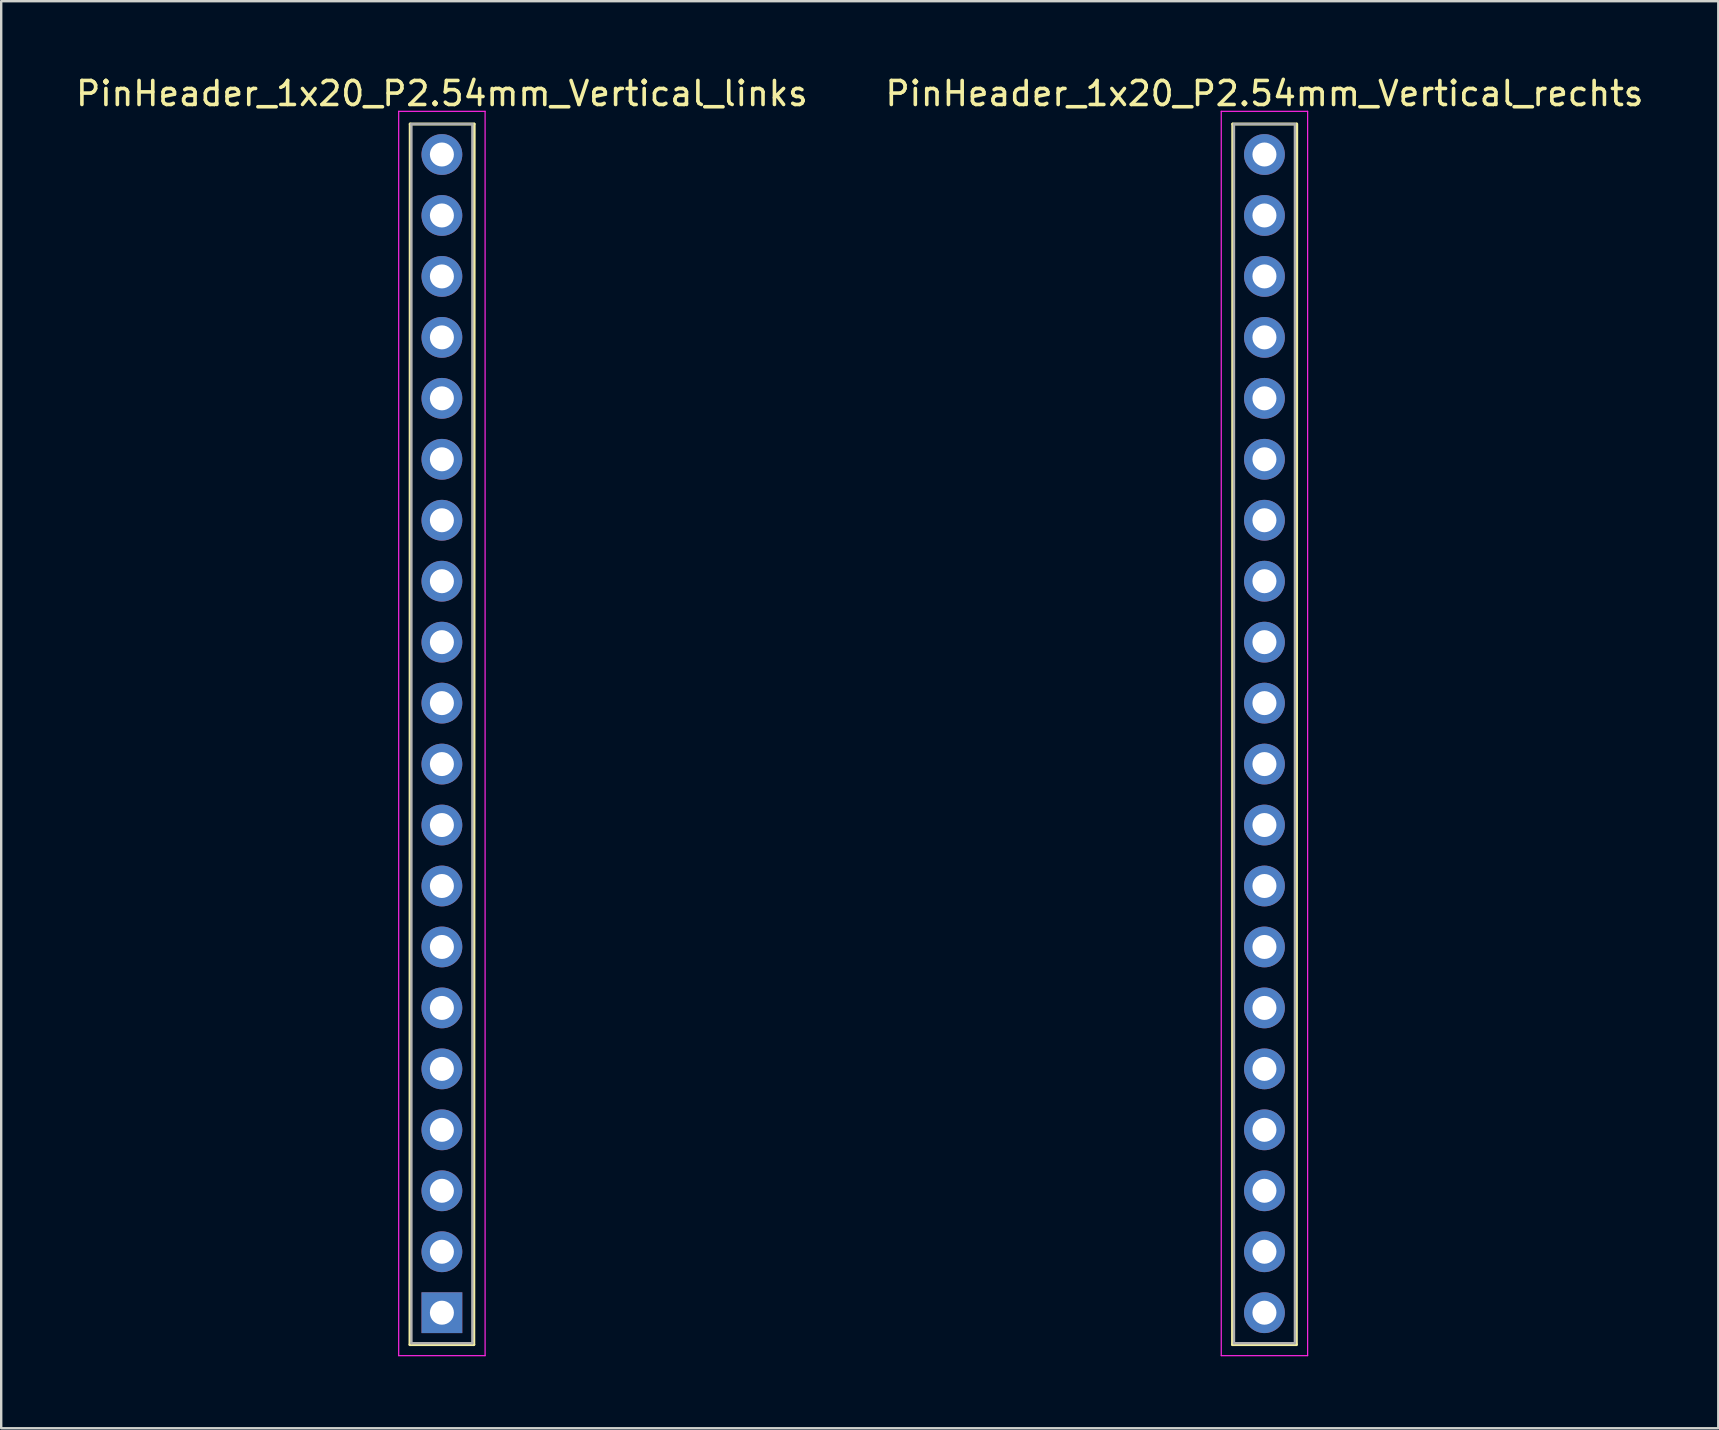
<source format=kicad_pcb>
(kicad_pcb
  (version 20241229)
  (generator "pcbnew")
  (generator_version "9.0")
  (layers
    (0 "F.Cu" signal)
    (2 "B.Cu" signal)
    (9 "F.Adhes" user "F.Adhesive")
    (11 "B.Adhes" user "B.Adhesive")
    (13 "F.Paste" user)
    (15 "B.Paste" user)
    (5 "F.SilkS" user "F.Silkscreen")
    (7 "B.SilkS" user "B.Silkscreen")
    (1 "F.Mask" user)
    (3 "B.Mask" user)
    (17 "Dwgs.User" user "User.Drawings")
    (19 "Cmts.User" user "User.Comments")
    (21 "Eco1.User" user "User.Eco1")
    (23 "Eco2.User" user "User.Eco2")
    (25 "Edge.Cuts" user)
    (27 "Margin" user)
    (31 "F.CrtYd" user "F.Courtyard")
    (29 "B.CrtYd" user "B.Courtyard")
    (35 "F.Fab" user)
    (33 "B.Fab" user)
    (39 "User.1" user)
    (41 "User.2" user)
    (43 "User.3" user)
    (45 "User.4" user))
  (footprint "PinHeader_1x20_P2.54mm_Vertical_links"
    (layer "F.Cu")
    (at 15.363 3.388)
    (property "Reference" "PinHeader_1x20_P2.54mm_Vertical_links" (at 0 -2.54 0) (layer "F.SilkS") (effects (font (size 1 1) (thickness 0.15))))
    (attr through_hole)
    (fp_line (start -1.33 49.59) (end 1.33 49.59) (stroke (width 0.12) (type solid)) (layer "F.SilkS"))
    (fp_line (start -1.321 -1.27) (end -1.33 49.59) (stroke (width 0.12) (type solid)) (layer "F.SilkS"))
    (fp_line (start -1.321 -1.27) (end 1.339 -1.27) (stroke (width 0.12) (type solid)) (layer "F.SilkS"))
    (fp_line (start 1.346 -1.27) (end 1.33 49.59) (stroke (width 0.12) (type solid)) (layer "F.SilkS"))
    (fp_line (start -1.8 -1.8) (end -1.8 50.05) (stroke (width 0.05) (type solid)) (layer "F.CrtYd"))
    (fp_line (start -1.8 50.05) (end 1.8 50.05) (stroke (width 0.05) (type solid)) (layer "F.CrtYd"))
    (fp_line (start 1.8 -1.8) (end -1.8 -1.8) (stroke (width 0.05) (type solid)) (layer "F.CrtYd"))
    (fp_line (start 1.8 50.05) (end 1.8 -1.8) (stroke (width 0.05) (type solid)) (layer "F.CrtYd"))
    (fp_line (start -1.27 -1.27) (end 1.27 -1.27) (stroke (width 0.1) (type solid)) (layer "F.Fab"))
    (fp_line (start -1.27 49.53) (end -1.27 -1.27) (stroke (width 0.1) (type solid)) (layer "F.Fab"))
    (fp_line (start 1.27 -1.27) (end 1.27 49.53) (stroke (width 0.1) (type solid)) (layer "F.Fab"))
    (fp_line (start 1.27 49.53) (end -1.27 49.53) (stroke (width 0.1) (type solid)) (layer "F.Fab"))
    (pad "1" thru_hole oval (at 0 0) (size 1.7 1.7) (drill 1) (layers "*.Cu" "*.Mask"))
    (pad "2" thru_hole oval (at 0 2.54) (size 1.7 1.7) (drill 1) (layers "*.Cu" "*.Mask"))
    (pad "3" thru_hole oval (at 0 5.08) (size 1.7 1.7) (drill 1) (layers "*.Cu" "*.Mask"))
    (pad "4" thru_hole oval (at 0 7.62) (size 1.7 1.7) (drill 1) (layers "*.Cu" "*.Mask"))
    (pad "5" thru_hole oval (at 0 10.16) (size 1.7 1.7) (drill 1) (layers "*.Cu" "*.Mask"))
    (pad "6" thru_hole oval (at 0 12.7) (size 1.7 1.7) (drill 1) (layers "*.Cu" "*.Mask"))
    (pad "7" thru_hole oval (at 0 15.24) (size 1.7 1.7) (drill 1) (layers "*.Cu" "*.Mask"))
    (pad "8" thru_hole oval (at 0 17.78) (size 1.7 1.7) (drill 1) (layers "*.Cu" "*.Mask"))
    (pad "9" thru_hole oval (at 0 20.32) (size 1.7 1.7) (drill 1) (layers "*.Cu" "*.Mask"))
    (pad "10" thru_hole oval (at 0 22.86) (size 1.7 1.7) (drill 1) (layers "*.Cu" "*.Mask"))
    (pad "11" thru_hole oval (at 0 25.4) (size 1.7 1.7) (drill 1) (layers "*.Cu" "*.Mask"))
    (pad "12" thru_hole oval (at 0 27.94) (size 1.7 1.7) (drill 1) (layers "*.Cu" "*.Mask"))
    (pad "13" thru_hole oval (at 0 30.48) (size 1.7 1.7) (drill 1) (layers "*.Cu" "*.Mask"))
    (pad "14" thru_hole oval (at 0 33.02) (size 1.7 1.7) (drill 1) (layers "*.Cu" "*.Mask"))
    (pad "15" thru_hole oval (at 0 35.56) (size 1.7 1.7) (drill 1) (layers "*.Cu" "*.Mask"))
    (pad "16" thru_hole oval (at 0 38.1) (size 1.7 1.7) (drill 1) (layers "*.Cu" "*.Mask"))
    (pad "17" thru_hole oval (at 0 40.64) (size 1.7 1.7) (drill 1) (layers "*.Cu" "*.Mask"))
    (pad "18" thru_hole oval (at 0 43.18) (size 1.7 1.7) (drill 1) (layers "*.Cu" "*.Mask"))
    (pad "19" thru_hole oval (at 0 45.72) (size 1.7 1.7) (drill 1) (layers "*.Cu" "*.Mask"))
    (pad "20" thru_hole rect (at 0 48.26) (size 1.7 1.7) (drill 1) (layers "*.Cu" "*.Mask")))
  (footprint "PinHeader_1x20_P2.54mm_Vertical_rechts"
    (layer "F.Cu")
    (at 49.637 3.388)
    (property "Reference" "PinHeader_1x20_P2.54mm_Vertical_rechts" (at 0 -2.54 0) (layer "F.SilkS") (effects (font (size 1 1) (thickness 0.15))))
    (attr through_hole)
    (fp_line (start -1.33 49.59) (end 1.33 49.59) (stroke (width 0.12) (type solid)) (layer "F.SilkS"))
    (fp_line (start -1.321 -1.27) (end -1.33 49.59) (stroke (width 0.12) (type solid)) (layer "F.SilkS"))
    (fp_line (start -1.321 -1.27) (end 1.339 -1.27) (stroke (width 0.12) (type solid)) (layer "F.SilkS"))
    (fp_line (start 1.346 -1.27) (end 1.33 49.59) (stroke (width 0.12) (type solid)) (layer "F.SilkS"))
    (fp_line (start -1.8 -1.8) (end -1.8 50.05) (stroke (width 0.05) (type solid)) (layer "F.CrtYd"))
    (fp_line (start -1.8 50.05) (end 1.8 50.05) (stroke (width 0.05) (type solid)) (layer "F.CrtYd"))
    (fp_line (start 1.8 -1.8) (end -1.8 -1.8) (stroke (width 0.05) (type solid)) (layer "F.CrtYd"))
    (fp_line (start 1.8 50.05) (end 1.8 -1.8) (stroke (width 0.05) (type solid)) (layer "F.CrtYd"))
    (fp_line (start -1.27 -1.27) (end 1.27 -1.27) (stroke (width 0.1) (type solid)) (layer "F.Fab"))
    (fp_line (start -1.27 49.53) (end -1.27 -1.27) (stroke (width 0.1) (type solid)) (layer "F.Fab"))
    (fp_line (start 1.27 -1.27) (end 1.27 49.53) (stroke (width 0.1) (type solid)) (layer "F.Fab"))
    (fp_line (start 1.27 49.53) (end -1.27 49.53) (stroke (width 0.1) (type solid)) (layer "F.Fab"))
    (pad "1" thru_hole oval (at 0 0) (size 1.7 1.7) (drill 1) (layers "*.Cu" "*.Mask"))
    (pad "2" thru_hole oval (at 0 2.54) (size 1.7 1.7) (drill 1) (layers "*.Cu" "*.Mask"))
    (pad "3" thru_hole oval (at 0 5.08) (size 1.7 1.7) (drill 1) (layers "*.Cu" "*.Mask"))
    (pad "4" thru_hole oval (at 0 7.62) (size 1.7 1.7) (drill 1) (layers "*.Cu" "*.Mask"))
    (pad "5" thru_hole oval (at 0 10.16) (size 1.7 1.7) (drill 1) (layers "*.Cu" "*.Mask"))
    (pad "6" thru_hole oval (at 0 12.7) (size 1.7 1.7) (drill 1) (layers "*.Cu" "*.Mask"))
    (pad "7" thru_hole oval (at 0 15.24) (size 1.7 1.7) (drill 1) (layers "*.Cu" "*.Mask"))
    (pad "8" thru_hole oval (at 0 17.78) (size 1.7 1.7) (drill 1) (layers "*.Cu" "*.Mask"))
    (pad "9" thru_hole oval (at 0 20.32) (size 1.7 1.7) (drill 1) (layers "*.Cu" "*.Mask"))
    (pad "10" thru_hole oval (at 0 22.86) (size 1.7 1.7) (drill 1) (layers "*.Cu" "*.Mask"))
    (pad "11" thru_hole oval (at 0 25.4) (size 1.7 1.7) (drill 1) (layers "*.Cu" "*.Mask"))
    (pad "12" thru_hole oval (at 0 27.94) (size 1.7 1.7) (drill 1) (layers "*.Cu" "*.Mask"))
    (pad "13" thru_hole oval (at 0 30.48) (size 1.7 1.7) (drill 1) (layers "*.Cu" "*.Mask"))
    (pad "14" thru_hole oval (at 0 33.02) (size 1.7 1.7) (drill 1) (layers "*.Cu" "*.Mask"))
    (pad "15" thru_hole oval (at 0 35.56) (size 1.7 1.7) (drill 1) (layers "*.Cu" "*.Mask"))
    (pad "16" thru_hole oval (at 0 38.1) (size 1.7 1.7) (drill 1) (layers "*.Cu" "*.Mask"))
    (pad "17" thru_hole oval (at 0 40.64) (size 1.7 1.7) (drill 1) (layers "*.Cu" "*.Mask"))
    (pad "18" thru_hole oval (at 0 43.18) (size 1.7 1.7) (drill 1) (layers "*.Cu" "*.Mask"))
    (pad "19" thru_hole oval (at 0 45.72) (size 1.7 1.7) (drill 1) (layers "*.Cu" "*.Mask"))
    (pad "20" thru_hole oval (at 0 48.26) (size 1.7 1.7) (drill 1) (layers "*.Cu" "*.Mask")))
  (gr_rect
    (start -3 -3)
    (end 68.548 56.463)
    (stroke (width 0.1) (type default))
    (fill no)
    (layer "Edge.Cuts")))
</source>
